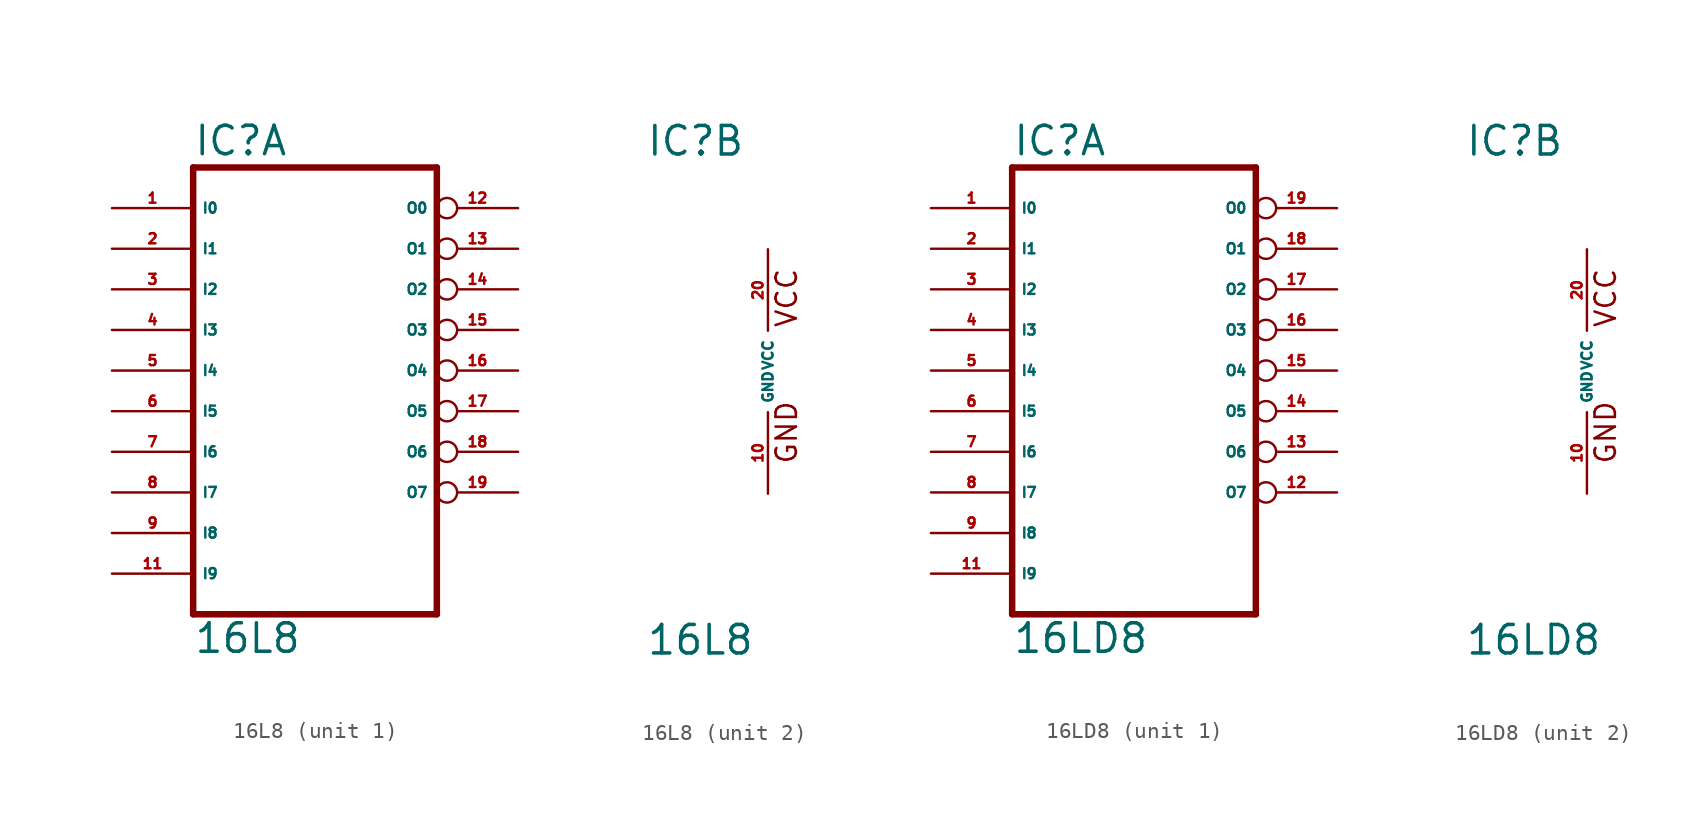
<source format=kicad_sym>
(kicad_symbol_lib
  (version 20220914)
  (generator Eagle2Kicad)
  (symbol "16L8"
    (property "Reference" "IC"
      (at -7.62 13.335 0)
      (effects (font (size 1.778 1.778) (thickness 0.22)) (justify left bottom)))
    (property "Value" "16L8"
      (at -7.62 -17.78 0)
      (effects (font (size 1.778 1.778) (thickness 0.22)) (justify left bottom)))
    (symbol "16L8_1_0"
      (polyline (pts (xy -7.62 12.7) (xy 7.62 12.7)) (stroke (width 0.406) (type default)) (fill (type none)))
      (polyline (pts (xy 7.62 -15.24) (xy 7.62 12.7)) (stroke (width 0.406) (type default)) (fill (type none)))
      (polyline (pts (xy 7.62 -15.24) (xy -7.62 -15.24)) (stroke (width 0.406) (type default)) (fill (type none)))
      (polyline (pts (xy -7.62 12.7) (xy -7.62 -15.24)) (stroke (width 0.406) (type default)) (fill (type none)))
      (pin input line (at -12.7 7.62 0) (length 5.08) (name "I1" (effects (font (size 0.635 0.635) (thickness 0.08)) (justify left bottom))) (number "2" (effects (font (size 0.635 0.635) (thickness 0.08)) (justify left bottom))))
      (pin input line (at -12.7 5.08 0) (length 5.08) (name "I2" (effects (font (size 0.635 0.635) (thickness 0.08)) (justify left bottom))) (number "3" (effects (font (size 0.635 0.635) (thickness 0.08)) (justify left bottom))))
      (pin input line (at -12.7 2.54 0) (length 5.08) (name "I3" (effects (font (size 0.635 0.635) (thickness 0.08)) (justify left bottom))) (number "4" (effects (font (size 0.635 0.635) (thickness 0.08)) (justify left bottom))))
      (pin input line (at -12.7 0 0) (length 5.08) (name "I4" (effects (font (size 0.635 0.635) (thickness 0.08)) (justify left bottom))) (number "5" (effects (font (size 0.635 0.635) (thickness 0.08)) (justify left bottom))))
      (pin input line (at -12.7 -2.54 0) (length 5.08) (name "I5" (effects (font (size 0.635 0.635) (thickness 0.08)) (justify left bottom))) (number "6" (effects (font (size 0.635 0.635) (thickness 0.08)) (justify left bottom))))
      (pin input line (at -12.7 -5.08 0) (length 5.08) (name "I6" (effects (font (size 0.635 0.635) (thickness 0.08)) (justify left bottom))) (number "7" (effects (font (size 0.635 0.635) (thickness 0.08)) (justify left bottom))))
      (pin input line (at -12.7 -7.62 0) (length 5.08) (name "I7" (effects (font (size 0.635 0.635) (thickness 0.08)) (justify left bottom))) (number "8" (effects (font (size 0.635 0.635) (thickness 0.08)) (justify left bottom))))
      (pin input line (at -12.7 -10.16 0) (length 5.08) (name "I8" (effects (font (size 0.635 0.635) (thickness 0.08)) (justify left bottom))) (number "9" (effects (font (size 0.635 0.635) (thickness 0.08)) (justify left bottom))))
      (pin input line (at -12.7 -12.7 0) (length 5.08) (name "I9" (effects (font (size 0.635 0.635) (thickness 0.08)) (justify left bottom))) (number "11" (effects (font (size 0.635 0.635) (thickness 0.08)) (justify left bottom))))
      (pin output inverted (at 12.7 10.16 180) (length 5.08) (name "O0" (effects (font (size 0.635 0.635) (thickness 0.08)) (justify left bottom))) (number "12" (effects (font (size 0.635 0.635) (thickness 0.08)) (justify left bottom))))
      (pin bidirectional inverted (at 12.7 7.62 180) (length 5.08) (name "O1" (effects (font (size 0.635 0.635) (thickness 0.08)) (justify left bottom))) (number "13" (effects (font (size 0.635 0.635) (thickness 0.08)) (justify left bottom))))
      (pin bidirectional inverted (at 12.7 5.08 180) (length 5.08) (name "O2" (effects (font (size 0.635 0.635) (thickness 0.08)) (justify left bottom))) (number "14" (effects (font (size 0.635 0.635) (thickness 0.08)) (justify left bottom))))
      (pin bidirectional inverted (at 12.7 2.54 180) (length 5.08) (name "O3" (effects (font (size 0.635 0.635) (thickness 0.08)) (justify left bottom))) (number "15" (effects (font (size 0.635 0.635) (thickness 0.08)) (justify left bottom))))
      (pin bidirectional inverted (at 12.7 0 180) (length 5.08) (name "O4" (effects (font (size 0.635 0.635) (thickness 0.08)) (justify left bottom))) (number "16" (effects (font (size 0.635 0.635) (thickness 0.08)) (justify left bottom))))
      (pin bidirectional inverted (at 12.7 -2.54 180) (length 5.08) (name "O5" (effects (font (size 0.635 0.635) (thickness 0.08)) (justify left bottom))) (number "17" (effects (font (size 0.635 0.635) (thickness 0.08)) (justify left bottom))))
      (pin bidirectional inverted (at 12.7 -5.08 180) (length 5.08) (name "O6" (effects (font (size 0.635 0.635) (thickness 0.08)) (justify left bottom))) (number "18" (effects (font (size 0.635 0.635) (thickness 0.08)) (justify left bottom))))
      (pin output inverted (at 12.7 -7.62 180) (length 5.08) (name "O7" (effects (font (size 0.635 0.635) (thickness 0.08)) (justify left bottom))) (number "19" (effects (font (size 0.635 0.635) (thickness 0.08)) (justify left bottom))))
      (pin input line (at -12.7 10.16 0) (length 5.08) (name "I0" (effects (font (size 0.635 0.635) (thickness 0.08)) (justify left bottom))) (number "1" (effects (font (size 0.635 0.635) (thickness 0.08)) (justify left bottom)))))
    (symbol "16L8_2_0"
      (text "GND" (at 1.905 -5.842 900) (effects (font (size 1.27 1.27) (thickness 0.16)) (justify left bottom)))
      (text "VCC" (at 1.905 2.667 900) (effects (font (size 1.27 1.27) (thickness 0.16)) (justify left bottom)))
      (pin unspecified line (at 0 -7.62 90) (length 5.08) (name "GND" (effects (font (size 0.635 0.635) (thickness 0.08)) (justify left bottom))) (number "10" (effects (font (size 0.635 0.635) (thickness 0.08)) (justify left bottom))))
      (pin unspecified line (at 0 7.62 270) (length 5.08) (name "VCC" (effects (font (size 0.635 0.635) (thickness 0.08)) (justify left bottom))) (number "20" (effects (font (size 0.635 0.635) (thickness 0.08)) (justify left bottom))))))
  (symbol "16LD8"
    (property "Reference" "IC"
      (at -7.62 13.335 0)
      (effects (font (size 1.778 1.778) (thickness 0.22)) (justify left bottom)))
    (property "Value" "16LD8"
      (at -7.62 -17.78 0)
      (effects (font (size 1.778 1.778) (thickness 0.22)) (justify left bottom)))
    (symbol "16LD8_1_0"
      (polyline (pts (xy -7.62 -15.24) (xy 7.62 -15.24)) (stroke (width 0.406) (type default)) (fill (type none)))
      (polyline (pts (xy 7.62 -15.24) (xy 7.62 12.7)) (stroke (width 0.406) (type default)) (fill (type none)))
      (polyline (pts (xy 7.62 12.7) (xy -7.62 12.7)) (stroke (width 0.406) (type default)) (fill (type none)))
      (polyline (pts (xy -7.62 12.7) (xy -7.62 -15.24)) (stroke (width 0.406) (type default)) (fill (type none)))
      (pin input line (at -12.7 10.16 0) (length 5.08) (name "I0" (effects (font (size 0.635 0.635) (thickness 0.08)) (justify left bottom))) (number "1" (effects (font (size 0.635 0.635) (thickness 0.08)) (justify left bottom))))
      (pin input line (at -12.7 7.62 0) (length 5.08) (name "I1" (effects (font (size 0.635 0.635) (thickness 0.08)) (justify left bottom))) (number "2" (effects (font (size 0.635 0.635) (thickness 0.08)) (justify left bottom))))
      (pin input line (at -12.7 5.08 0) (length 5.08) (name "I2" (effects (font (size 0.635 0.635) (thickness 0.08)) (justify left bottom))) (number "3" (effects (font (size 0.635 0.635) (thickness 0.08)) (justify left bottom))))
      (pin input line (at -12.7 2.54 0) (length 5.08) (name "I3" (effects (font (size 0.635 0.635) (thickness 0.08)) (justify left bottom))) (number "4" (effects (font (size 0.635 0.635) (thickness 0.08)) (justify left bottom))))
      (pin input line (at -12.7 0 0) (length 5.08) (name "I4" (effects (font (size 0.635 0.635) (thickness 0.08)) (justify left bottom))) (number "5" (effects (font (size 0.635 0.635) (thickness 0.08)) (justify left bottom))))
      (pin input line (at -12.7 -2.54 0) (length 5.08) (name "I5" (effects (font (size 0.635 0.635) (thickness 0.08)) (justify left bottom))) (number "6" (effects (font (size 0.635 0.635) (thickness 0.08)) (justify left bottom))))
      (pin input line (at -12.7 -5.08 0) (length 5.08) (name "I6" (effects (font (size 0.635 0.635) (thickness 0.08)) (justify left bottom))) (number "7" (effects (font (size 0.635 0.635) (thickness 0.08)) (justify left bottom))))
      (pin input line (at -12.7 -7.62 0) (length 5.08) (name "I7" (effects (font (size 0.635 0.635) (thickness 0.08)) (justify left bottom))) (number "8" (effects (font (size 0.635 0.635) (thickness 0.08)) (justify left bottom))))
      (pin input line (at -12.7 -10.16 0) (length 5.08) (name "I8" (effects (font (size 0.635 0.635) (thickness 0.08)) (justify left bottom))) (number "9" (effects (font (size 0.635 0.635) (thickness 0.08)) (justify left bottom))))
      (pin input line (at -12.7 -12.7 0) (length 5.08) (name "I9" (effects (font (size 0.635 0.635) (thickness 0.08)) (justify left bottom))) (number "11" (effects (font (size 0.635 0.635) (thickness 0.08)) (justify left bottom))))
      (pin output inverted (at 12.7 -7.62 180) (length 5.08) (name "O7" (effects (font (size 0.635 0.635) (thickness 0.08)) (justify left bottom))) (number "12" (effects (font (size 0.635 0.635) (thickness 0.08)) (justify left bottom))))
      (pin output inverted (at 12.7 -5.08 180) (length 5.08) (name "O6" (effects (font (size 0.635 0.635) (thickness 0.08)) (justify left bottom))) (number "13" (effects (font (size 0.635 0.635) (thickness 0.08)) (justify left bottom))))
      (pin output inverted (at 12.7 -2.54 180) (length 5.08) (name "O5" (effects (font (size 0.635 0.635) (thickness 0.08)) (justify left bottom))) (number "14" (effects (font (size 0.635 0.635) (thickness 0.08)) (justify left bottom))))
      (pin output inverted (at 12.7 0 180) (length 5.08) (name "O4" (effects (font (size 0.635 0.635) (thickness 0.08)) (justify left bottom))) (number "15" (effects (font (size 0.635 0.635) (thickness 0.08)) (justify left bottom))))
      (pin output inverted (at 12.7 2.54 180) (length 5.08) (name "O3" (effects (font (size 0.635 0.635) (thickness 0.08)) (justify left bottom))) (number "16" (effects (font (size 0.635 0.635) (thickness 0.08)) (justify left bottom))))
      (pin output inverted (at 12.7 5.08 180) (length 5.08) (name "O2" (effects (font (size 0.635 0.635) (thickness 0.08)) (justify left bottom))) (number "17" (effects (font (size 0.635 0.635) (thickness 0.08)) (justify left bottom))))
      (pin output inverted (at 12.7 7.62 180) (length 5.08) (name "O1" (effects (font (size 0.635 0.635) (thickness 0.08)) (justify left bottom))) (number "18" (effects (font (size 0.635 0.635) (thickness 0.08)) (justify left bottom))))
      (pin output inverted (at 12.7 10.16 180) (length 5.08) (name "O0" (effects (font (size 0.635 0.635) (thickness 0.08)) (justify left bottom))) (number "19" (effects (font (size 0.635 0.635) (thickness 0.08)) (justify left bottom)))))
    (symbol "16LD8_2_0"
      (text "GND" (at 1.905 -5.842 900) (effects (font (size 1.27 1.27) (thickness 0.16)) (justify left bottom)))
      (text "VCC" (at 1.905 2.667 900) (effects (font (size 1.27 1.27) (thickness 0.16)) (justify left bottom)))
      (pin unspecified line (at 0 -7.62 90) (length 5.08) (name "GND" (effects (font (size 0.635 0.635) (thickness 0.08)) (justify left bottom))) (number "10" (effects (font (size 0.635 0.635) (thickness 0.08)) (justify left bottom))))
      (pin unspecified line (at 0 7.62 270) (length 5.08) (name "VCC" (effects (font (size 0.635 0.635) (thickness 0.08)) (justify left bottom))) (number "20" (effects (font (size 0.635 0.635) (thickness 0.08)) (justify left bottom)))))))
</source>
